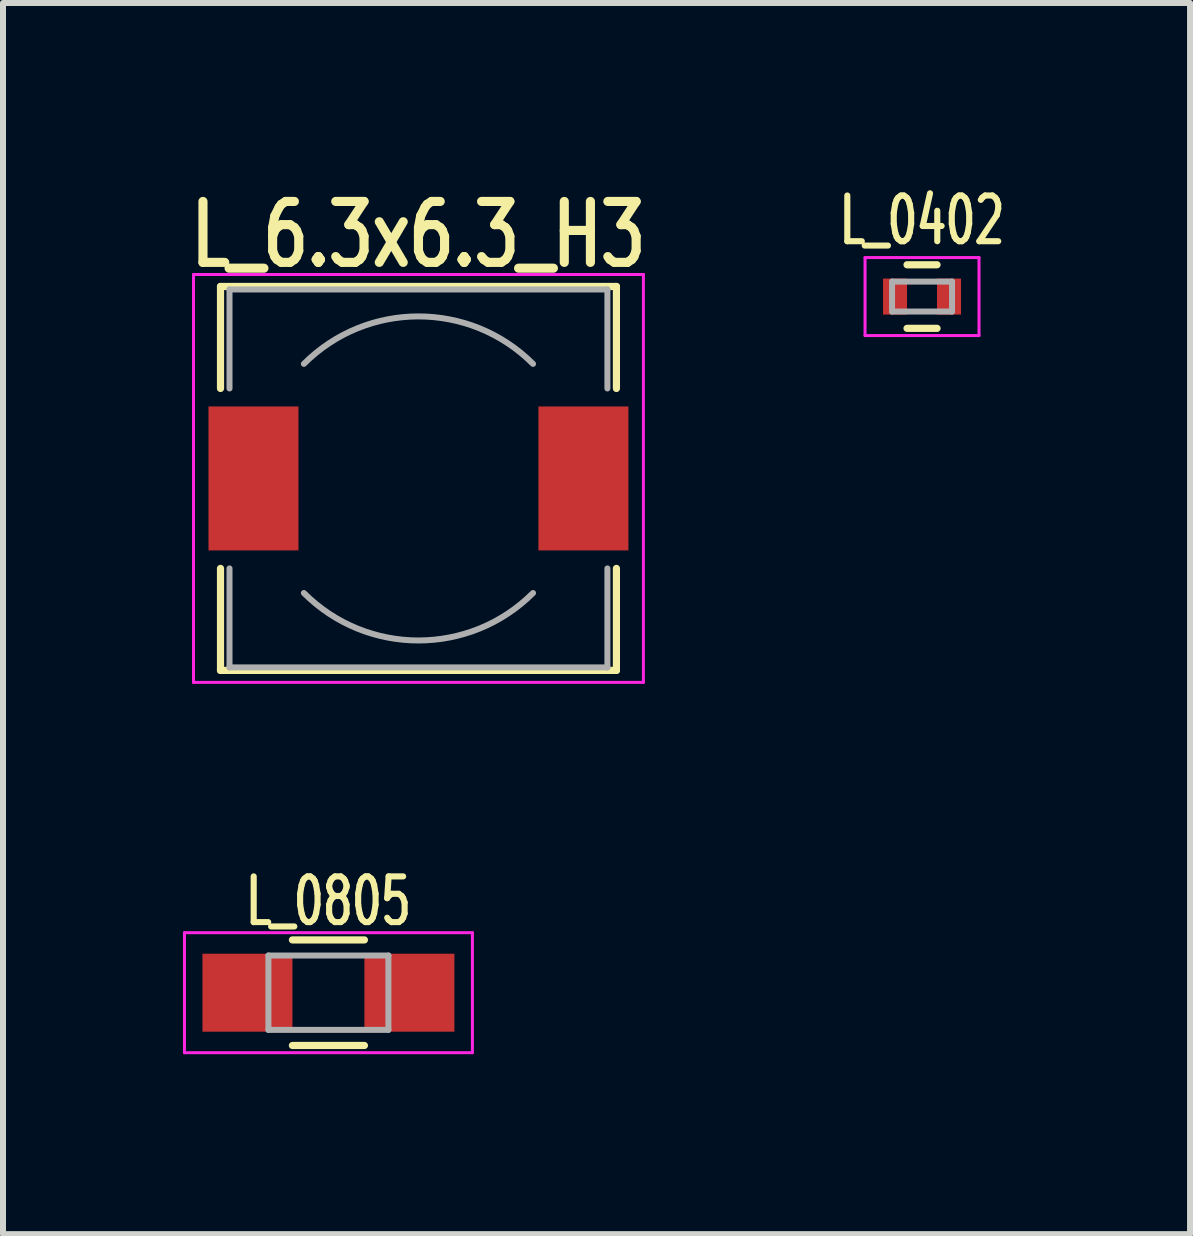
<source format=kicad_pcb>
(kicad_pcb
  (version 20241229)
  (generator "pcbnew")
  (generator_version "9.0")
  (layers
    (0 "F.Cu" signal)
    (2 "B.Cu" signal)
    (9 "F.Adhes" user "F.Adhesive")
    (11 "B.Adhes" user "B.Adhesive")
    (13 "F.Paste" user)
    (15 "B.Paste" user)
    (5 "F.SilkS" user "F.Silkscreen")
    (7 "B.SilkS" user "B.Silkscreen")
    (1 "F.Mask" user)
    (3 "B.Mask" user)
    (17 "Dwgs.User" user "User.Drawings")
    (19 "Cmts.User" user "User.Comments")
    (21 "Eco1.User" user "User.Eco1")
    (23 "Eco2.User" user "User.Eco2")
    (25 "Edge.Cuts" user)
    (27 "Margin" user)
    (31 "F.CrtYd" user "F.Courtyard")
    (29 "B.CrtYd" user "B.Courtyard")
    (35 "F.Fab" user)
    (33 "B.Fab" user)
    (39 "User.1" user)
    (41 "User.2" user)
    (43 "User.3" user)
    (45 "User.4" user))
  (footprint "L_6.3x6.3_H3"
    (layer "F.Cu")
    (at 3.926 4.926)
    (property "Reference" "L_6.3x6.3_H3" (at 0 -4.064 0) (layer "F.SilkS") (effects (font (size 1.016 0.762) (thickness 0.152))))
    (attr smd)
    (fp_line (start -3.3 -3.2) (end 3.3 -3.2) (stroke (width 0.12) (type solid)) (layer "F.SilkS"))
    (fp_line (start -3.3 -1.5) (end -3.3 -3.2) (stroke (width 0.12) (type solid)) (layer "F.SilkS"))
    (fp_line (start -3.3 3.2) (end -3.3 1.5) (stroke (width 0.12) (type solid)) (layer "F.SilkS"))
    (fp_line (start 3.3 -3.2) (end 3.3 -1.5) (stroke (width 0.12) (type solid)) (layer "F.SilkS"))
    (fp_line (start 3.3 1.5) (end 3.3 3.2) (stroke (width 0.12) (type solid)) (layer "F.SilkS"))
    (fp_line (start 3.3 3.2) (end -3.3 3.2) (stroke (width 0.12) (type solid)) (layer "F.SilkS"))
    (fp_line (start -3.75 -3.4) (end -3.75 3.4) (stroke (width 0.05) (type solid)) (layer "F.CrtYd"))
    (fp_line (start -3.75 3.4) (end 3.75 3.4) (stroke (width 0.05) (type solid)) (layer "F.CrtYd"))
    (fp_line (start 3.75 -3.4) (end -3.75 -3.4) (stroke (width 0.05) (type solid)) (layer "F.CrtYd"))
    (fp_line (start 3.75 3.4) (end 3.75 -3.4) (stroke (width 0.05) (type solid)) (layer "F.CrtYd"))
    (fp_line (start -3.15 -3.15) (end -3.15 -1.5) (stroke (width 0.1) (type solid)) (layer "F.Fab"))
    (fp_line (start -3.15 -3.15) (end 3.15 -3.15) (stroke (width 0.1) (type solid)) (layer "F.Fab"))
    (fp_line (start -3.15 3.15) (end -3.15 1.5) (stroke (width 0.1) (type solid)) (layer "F.Fab"))
    (fp_line (start -3.15 3.15) (end 3.15 3.15) (stroke (width 0.1) (type solid)) (layer "F.Fab"))
    (fp_line (start 3.15 -3.15) (end 3.15 -1.5) (stroke (width 0.1) (type solid)) (layer "F.Fab"))
    (fp_line (start 3.15 3.15) (end 3.15 1.5) (stroke (width 0.1) (type solid)) (layer "F.Fab"))
    (fp_arc (start -1.91 -1.91) (mid 0 -2.701148) (end 1.91 -1.91) (stroke (width 0.1) (type solid)) (layer "F.Fab"))
    (fp_arc (start 1.91 1.91) (mid 0 2.701148) (end -1.91 1.91) (stroke (width 0.1) (type solid)) (layer "F.Fab"))
    (pad "1" smd rect (at -2.75 0) (size 1.5 2.4) (layers "F.Cu" "F.Mask" "F.Paste"))
    (pad "2" smd rect (at 2.75 0) (size 1.5 2.4) (layers "F.Cu" "F.Mask" "F.Paste")))
  (footprint "L_0805"
    (layer "F.Cu")
    (at 2.425 13.499)
    (property "Reference" "L_0805" (at 0 -1.524 0) (layer "F.SilkS") (effects (font (size 0.762 0.508) (thickness 0.102))))
    (attr smd)
    (fp_line (start -0.6 -0.88) (end 0.6 -0.88) (stroke (width 0.12) (type solid)) (layer "F.SilkS"))
    (fp_line (start 0.6 0.88) (end -0.6 0.88) (stroke (width 0.12) (type solid)) (layer "F.SilkS"))
    (fp_line (start -2.4 -1) (end -2.4 1) (stroke (width 0.05) (type solid)) (layer "F.CrtYd"))
    (fp_line (start -2.4 -1) (end 2.4 -1) (stroke (width 0.05) (type solid)) (layer "F.CrtYd"))
    (fp_line (start -2.4 1) (end 2.4 1) (stroke (width 0.05) (type solid)) (layer "F.CrtYd"))
    (fp_line (start 2.4 -1) (end 2.4 1) (stroke (width 0.05) (type solid)) (layer "F.CrtYd"))
    (fp_line (start -1 -0.62) (end 1 -0.62) (stroke (width 0.1) (type solid)) (layer "F.Fab"))
    (fp_line (start -1 0.62) (end -1 -0.62) (stroke (width 0.1) (type solid)) (layer "F.Fab"))
    (fp_line (start 1 -0.62) (end 1 0.62) (stroke (width 0.1) (type solid)) (layer "F.Fab"))
    (fp_line (start 1 0.62) (end -1 0.62) (stroke (width 0.1) (type solid)) (layer "F.Fab"))
    (pad "1" smd rect (at -1.35 0) (size 1.5 1.3) (layers "F.Cu" "F.Mask" "F.Paste"))
    (pad "2" smd rect (at 1.35 0) (size 1.5 1.3) (layers "F.Cu" "F.Mask" "F.Paste")))
  (footprint "L_0402"
    (layer "F.Cu")
    (at 12.321 1.894)
    (property "Reference" "L_0402" (at 0 -1.27 0) (layer "F.SilkS") (effects (font (size 0.762 0.508) (thickness 0.102))))
    (attr smd)
    (fp_line (start -0.25 0.53) (end 0.25 0.53) (stroke (width 0.12) (type solid)) (layer "F.SilkS"))
    (fp_line (start 0.25 -0.53) (end -0.25 -0.53) (stroke (width 0.12) (type solid)) (layer "F.SilkS"))
    (fp_line (start -0.95 -0.65) (end -0.95 0.65) (stroke (width 0.05) (type solid)) (layer "F.CrtYd"))
    (fp_line (start -0.95 -0.65) (end 0.95 -0.65) (stroke (width 0.05) (type solid)) (layer "F.CrtYd"))
    (fp_line (start -0.95 0.65) (end 0.95 0.65) (stroke (width 0.05) (type solid)) (layer "F.CrtYd"))
    (fp_line (start 0.95 -0.65) (end 0.95 0.65) (stroke (width 0.05) (type solid)) (layer "F.CrtYd"))
    (fp_line (start -0.5 -0.25) (end 0.5 -0.25) (stroke (width 0.1) (type solid)) (layer "F.Fab"))
    (fp_line (start -0.5 0.25) (end -0.5 -0.25) (stroke (width 0.1) (type solid)) (layer "F.Fab"))
    (fp_line (start 0.5 -0.25) (end 0.5 0.25) (stroke (width 0.1) (type solid)) (layer "F.Fab"))
    (fp_line (start 0.5 0.25) (end -0.5 0.25) (stroke (width 0.1) (type solid)) (layer "F.Fab"))
    (pad "1" smd rect (at -0.45 0) (size 0.4 0.6) (layers "F.Cu" "F.Mask" "F.Paste"))
    (pad "2" smd rect (at 0.45 0) (size 0.4 0.6) (layers "F.Cu" "F.Mask" "F.Paste")))
  (gr_rect
    (start -3 -3)
    (end 16.789 17.524)
    (stroke (width 0.1) (type default))
    (fill no)
    (layer "Edge.Cuts")))
</source>
